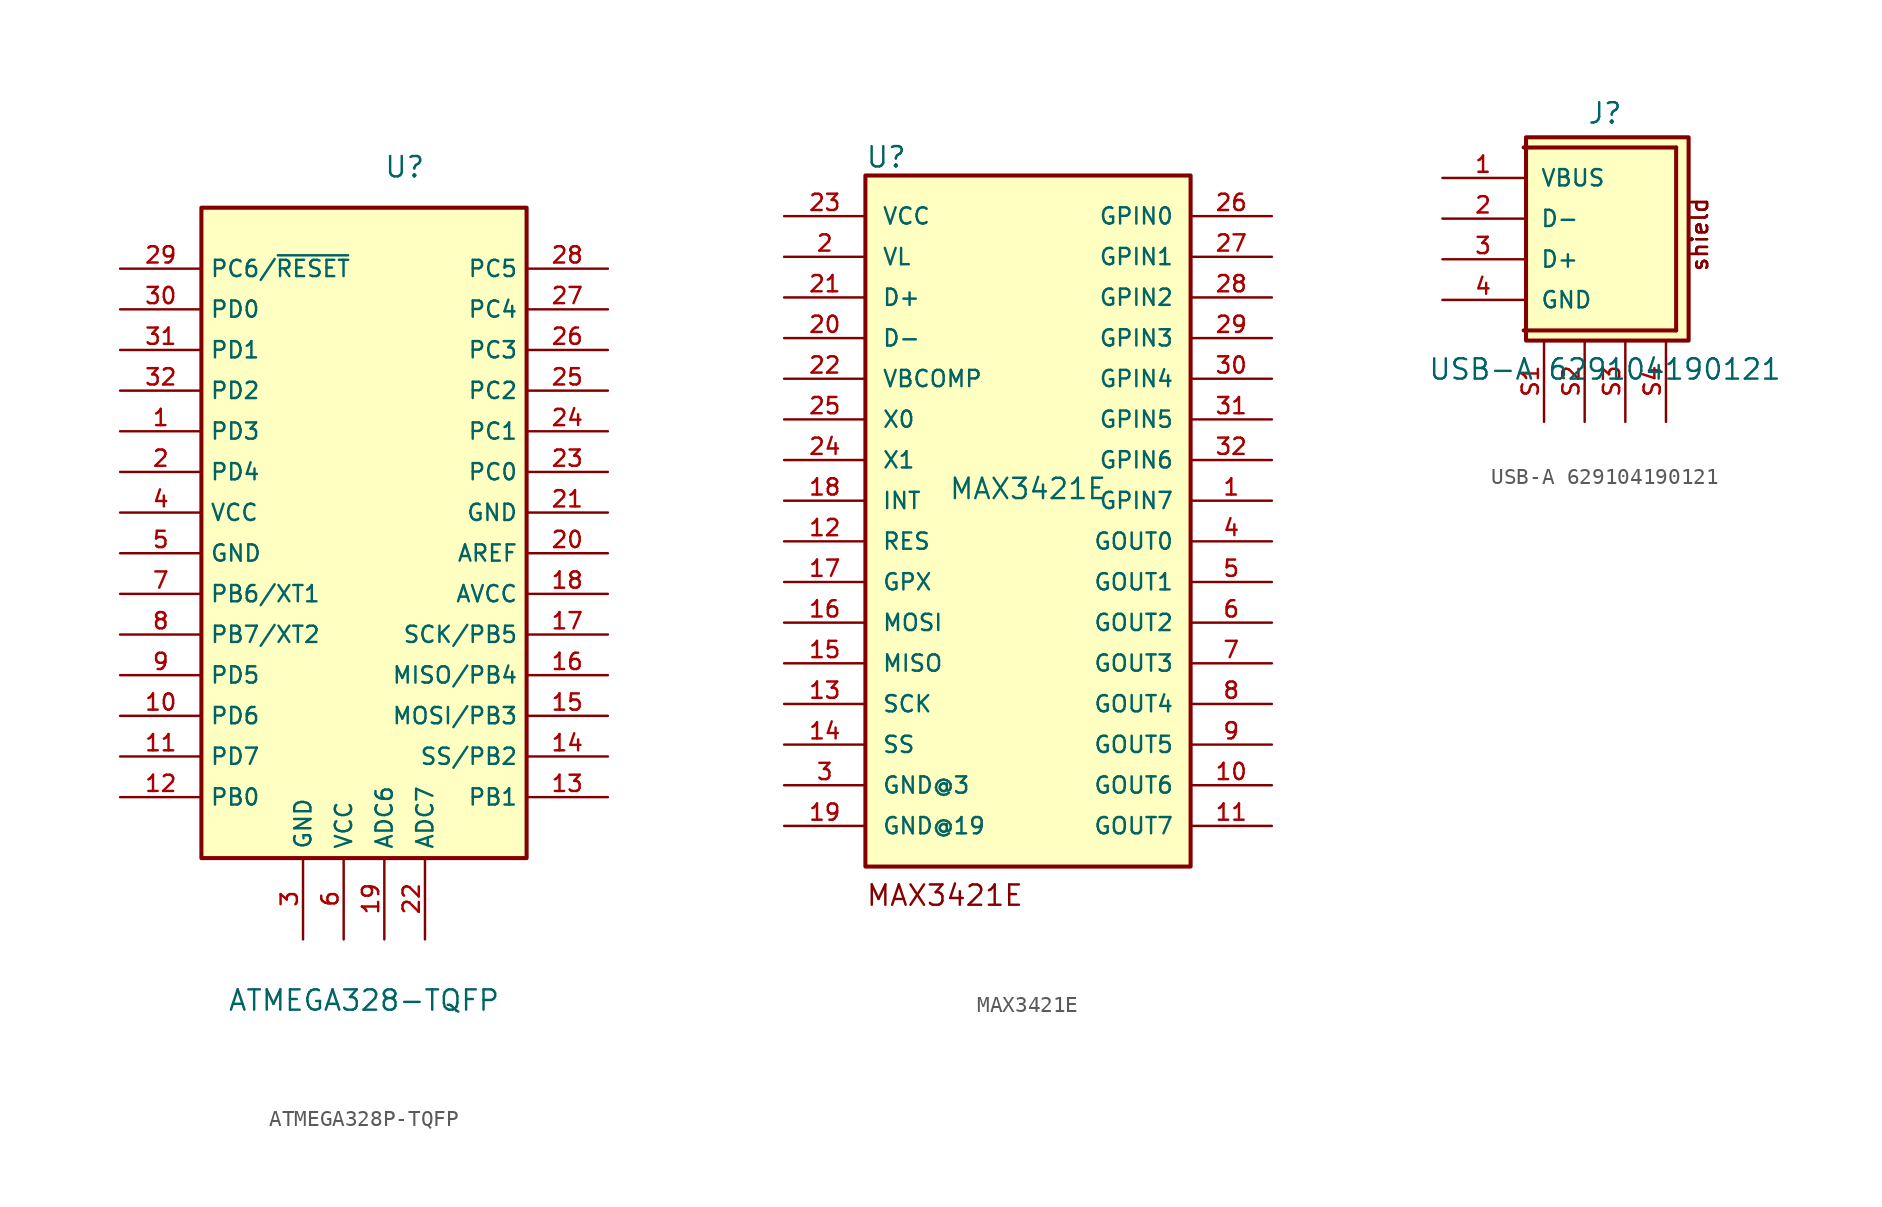
<source format=kicad_sym>
(kicad_symbol_lib
  (version 20220914)
  (generator kicad_symbol_editor)
  (symbol "ATMEGA328P-TQFP"
    (property "Reference" "U"
      (at 2.54 22.86 0)
      (effects (font (size 1.27 1.27))))
    (property "Value" "ATMEGA328-TQFP"
      (at 0 -29.21 0)
      (effects (font (size 1.27 1.27))))
    (symbol "ATMEGA328P-TQFP_0_0"
      (rectangle (start -10.16 20.32) (end 10.16 -20.32) (stroke (width 0.254) (type default)) (fill (type background)))
      (pin bidirectional line (at 15.24 3.81 180) (length 5.08) (name "PC0" (effects (font (size 1.016 1.016)))) (number "23" (effects (font (size 1.016 1.016)))))
      (pin bidirectional line (at 15.24 6.35 180) (length 5.08) (name "PC1" (effects (font (size 1.016 1.016)))) (number "24" (effects (font (size 1.016 1.016)))))
      (pin bidirectional line (at 15.24 8.89 180) (length 5.08) (name "PC2" (effects (font (size 1.016 1.016)))) (number "25" (effects (font (size 1.016 1.016)))))
      (pin bidirectional line (at 15.24 11.43 180) (length 5.08) (name "PC3" (effects (font (size 1.016 1.016)))) (number "26" (effects (font (size 1.016 1.016)))))
      (pin bidirectional line (at 15.24 13.97 180) (length 5.08) (name "PC4" (effects (font (size 1.016 1.016)))) (number "27" (effects (font (size 1.016 1.016)))))
      (pin bidirectional line (at 15.24 16.51 180) (length 5.08) (name "PC5" (effects (font (size 1.016 1.016)))) (number "28" (effects (font (size 1.016 1.016))))))
    (symbol "ATMEGA328P-TQFP_1_0"
      (pin bidirectional line (at -15.24 6.35 0) (length 5.08) (name "PD3" (effects (font (size 1.016 1.016)))) (number "1" (effects (font (size 1.016 1.016)))))
      (pin bidirectional line (at -15.24 -11.43 0) (length 5.08) (name "PD6" (effects (font (size 1.016 1.016)))) (number "10" (effects (font (size 1.016 1.016)))))
      (pin bidirectional line (at -15.24 -13.97 0) (length 5.08) (name "PD7" (effects (font (size 1.016 1.016)))) (number "11" (effects (font (size 1.016 1.016)))))
      (pin bidirectional line (at -15.24 -16.51 0) (length 5.08) (name "PB0" (effects (font (size 1.016 1.016)))) (number "12" (effects (font (size 1.016 1.016)))))
      (pin bidirectional line (at 15.24 -16.51 180) (length 5.08) (name "PB1" (effects (font (size 1.016 1.016)))) (number "13" (effects (font (size 1.016 1.016)))))
      (pin bidirectional line (at 15.24 -13.97 180) (length 5.08) (name "SS/PB2" (effects (font (size 1.016 1.016)))) (number "14" (effects (font (size 1.016 1.016)))))
      (pin bidirectional line (at 15.24 -11.43 180) (length 5.08) (name "MOSI/PB3" (effects (font (size 1.016 1.016)))) (number "15" (effects (font (size 1.016 1.016)))))
      (pin bidirectional line (at 15.24 -8.89 180) (length 5.08) (name "MISO/PB4" (effects (font (size 1.016 1.016)))) (number "16" (effects (font (size 1.016 1.016)))))
      (pin bidirectional line (at 15.24 -6.35 180) (length 5.08) (name "SCK/PB5" (effects (font (size 1.016 1.016)))) (number "17" (effects (font (size 1.016 1.016)))))
      (pin power_in line (at 15.24 -3.81 180) (length 5.08) (name "AVCC" (effects (font (size 1.016 1.016)))) (number "18" (effects (font (size 1.016 1.016)))))
      (pin power_in line (at 1.27 -25.4 90) (length 5.08) (name "ADC6" (effects (font (size 1.016 1.016)))) (number "19" (effects (font (size 1.016 1.016)))))
      (pin bidirectional line (at -15.24 3.81 0) (length 5.08) (name "PD4" (effects (font (size 1.016 1.016)))) (number "2" (effects (font (size 1.016 1.016)))))
      (pin input line (at 15.24 -1.27 180) (length 5.08) (name "AREF" (effects (font (size 1.016 1.016)))) (number "20" (effects (font (size 1.016 1.016)))))
      (pin power_in line (at 15.24 1.27 180) (length 5.08) (name "GND" (effects (font (size 1.016 1.016)))) (number "21" (effects (font (size 1.016 1.016)))))
      (pin power_in line (at 3.81 -25.4 90) (length 5.08) (name "ADC7" (effects (font (size 1.016 1.016)))) (number "22" (effects (font (size 1.016 1.016)))))
      (pin bidirectional line (at -15.24 16.51 0) (length 5.08) (name "PC6/~{RESET}" (effects (font (size 1.016 1.016)))) (number "29" (effects (font (size 1.016 1.016)))))
      (pin power_in line (at -3.81 -25.4 90) (length 5.08) (name "GND" (effects (font (size 1.016 1.016)))) (number "3" (effects (font (size 1.016 1.016)))))
      (pin bidirectional line (at -15.24 13.97 0) (length 5.08) (name "PD0" (effects (font (size 1.016 1.016)))) (number "30" (effects (font (size 1.016 1.016)))))
      (pin bidirectional line (at -15.24 11.43 0) (length 5.08) (name "PD1" (effects (font (size 1.016 1.016)))) (number "31" (effects (font (size 1.016 1.016)))))
      (pin bidirectional line (at -15.24 8.89 0) (length 5.08) (name "PD2" (effects (font (size 1.016 1.016)))) (number "32" (effects (font (size 1.016 1.016)))))
      (pin power_in line (at -15.24 1.27 0) (length 5.08) (name "VCC" (effects (font (size 1.016 1.016)))) (number "4" (effects (font (size 1.016 1.016)))))
      (pin power_in line (at -15.24 -1.27 0) (length 5.08) (name "GND" (effects (font (size 1.016 1.016)))) (number "5" (effects (font (size 1.016 1.016)))))
      (pin power_in line (at -1.27 -25.4 90) (length 5.08) (name "VCC" (effects (font (size 1.016 1.016)))) (number "6" (effects (font (size 1.016 1.016)))))
      (pin bidirectional line (at -15.24 -3.81 0) (length 5.08) (name "PB6/XT1" (effects (font (size 1.016 1.016)))) (number "7" (effects (font (size 1.016 1.016)))))
      (pin bidirectional line (at -15.24 -6.35 0) (length 5.08) (name "PB7/XT2" (effects (font (size 1.016 1.016)))) (number "8" (effects (font (size 1.016 1.016)))))
      (pin bidirectional line (at -15.24 -8.89 0) (length 5.08) (name "PD5" (effects (font (size 1.016 1.016)))) (number "9" (effects (font (size 1.016 1.016)))))))
  (symbol "MAX3421E"
    (pin_names
      (offset 1.016))
    (property "Reference" "U"
      (at -10.171 20.723 0)
      (effects (font (size 1.27 1.27)) (justify left bottom)))
    (property "Value" "MAX3421E"
      (at 0 0 0)
      (effects (font (size 1.27 1.27)) (justify bottom)))
    (symbol "MAX3421E_0_0"
      (rectangle (start -10.16 -22.86) (end 10.16 20.32) (stroke (width 0.254) (type default)) (fill (type background)))
      (text "MAX3421E" (at -10.164 -25.41 0) (effects (font (size 1.27 1.27)) (justify left bottom)))
      (pin bidirectional line (at 15.24 0 180) (length 5.08) (name "GPIN7" (effects (font (size 1.016 1.016)))) (number "1" (effects (font (size 1.016 1.016)))))
      (pin bidirectional line (at 15.24 -17.78 180) (length 5.08) (name "GOUT6" (effects (font (size 1.016 1.016)))) (number "10" (effects (font (size 1.016 1.016)))))
      (pin bidirectional line (at 15.24 -20.32 180) (length 5.08) (name "GOUT7" (effects (font (size 1.016 1.016)))) (number "11" (effects (font (size 1.016 1.016)))))
      (pin bidirectional line (at -15.24 -2.54 0) (length 5.08) (name "RES" (effects (font (size 1.016 1.016)))) (number "12" (effects (font (size 1.016 1.016)))))
      (pin bidirectional line (at -15.24 -12.7 0) (length 5.08) (name "SCK" (effects (font (size 1.016 1.016)))) (number "13" (effects (font (size 1.016 1.016)))))
      (pin bidirectional line (at -15.24 -15.24 0) (length 5.08) (name "SS" (effects (font (size 1.016 1.016)))) (number "14" (effects (font (size 1.016 1.016)))))
      (pin bidirectional line (at -15.24 -10.16 0) (length 5.08) (name "MISO" (effects (font (size 1.016 1.016)))) (number "15" (effects (font (size 1.016 1.016)))))
      (pin bidirectional line (at -15.24 -7.62 0) (length 5.08) (name "MOSI" (effects (font (size 1.016 1.016)))) (number "16" (effects (font (size 1.016 1.016)))))
      (pin bidirectional line (at -15.24 -5.08 0) (length 5.08) (name "GPX" (effects (font (size 1.016 1.016)))) (number "17" (effects (font (size 1.016 1.016)))))
      (pin bidirectional line (at -15.24 0 0) (length 5.08) (name "INT" (effects (font (size 1.016 1.016)))) (number "18" (effects (font (size 1.016 1.016)))))
      (pin bidirectional line (at -15.24 -20.32 0) (length 5.08) (name "GND@19" (effects (font (size 1.016 1.016)))) (number "19" (effects (font (size 1.016 1.016)))))
      (pin bidirectional line (at -15.24 15.24 0) (length 5.08) (name "VL" (effects (font (size 1.016 1.016)))) (number "2" (effects (font (size 1.016 1.016)))))
      (pin bidirectional line (at -15.24 10.16 0) (length 5.08) (name "D-" (effects (font (size 1.016 1.016)))) (number "20" (effects (font (size 1.016 1.016)))))
      (pin bidirectional line (at -15.24 12.7 0) (length 5.08) (name "D+" (effects (font (size 1.016 1.016)))) (number "21" (effects (font (size 1.016 1.016)))))
      (pin bidirectional line (at -15.24 7.62 0) (length 5.08) (name "VBCOMP" (effects (font (size 1.016 1.016)))) (number "22" (effects (font (size 1.016 1.016)))))
      (pin bidirectional line (at -15.24 17.78 0) (length 5.08) (name "VCC" (effects (font (size 1.016 1.016)))) (number "23" (effects (font (size 1.016 1.016)))))
      (pin bidirectional line (at -15.24 2.54 0) (length 5.08) (name "X1" (effects (font (size 1.016 1.016)))) (number "24" (effects (font (size 1.016 1.016)))))
      (pin bidirectional line (at -15.24 5.08 0) (length 5.08) (name "X0" (effects (font (size 1.016 1.016)))) (number "25" (effects (font (size 1.016 1.016)))))
      (pin bidirectional line (at 15.24 17.78 180) (length 5.08) (name "GPIN0" (effects (font (size 1.016 1.016)))) (number "26" (effects (font (size 1.016 1.016)))))
      (pin bidirectional line (at 15.24 15.24 180) (length 5.08) (name "GPIN1" (effects (font (size 1.016 1.016)))) (number "27" (effects (font (size 1.016 1.016)))))
      (pin bidirectional line (at 15.24 12.7 180) (length 5.08) (name "GPIN2" (effects (font (size 1.016 1.016)))) (number "28" (effects (font (size 1.016 1.016)))))
      (pin bidirectional line (at 15.24 10.16 180) (length 5.08) (name "GPIN3" (effects (font (size 1.016 1.016)))) (number "29" (effects (font (size 1.016 1.016)))))
      (pin bidirectional line (at -15.24 -17.78 0) (length 5.08) (name "GND@3" (effects (font (size 1.016 1.016)))) (number "3" (effects (font (size 1.016 1.016)))))
      (pin bidirectional line (at 15.24 7.62 180) (length 5.08) (name "GPIN4" (effects (font (size 1.016 1.016)))) (number "30" (effects (font (size 1.016 1.016)))))
      (pin bidirectional line (at 15.24 5.08 180) (length 5.08) (name "GPIN5" (effects (font (size 1.016 1.016)))) (number "31" (effects (font (size 1.016 1.016)))))
      (pin bidirectional line (at 15.24 2.54 180) (length 5.08) (name "GPIN6" (effects (font (size 1.016 1.016)))) (number "32" (effects (font (size 1.016 1.016)))))
      (pin bidirectional line (at 15.24 -2.54 180) (length 5.08) (name "GOUT0" (effects (font (size 1.016 1.016)))) (number "4" (effects (font (size 1.016 1.016)))))
      (pin bidirectional line (at 15.24 -5.08 180) (length 5.08) (name "GOUT1" (effects (font (size 1.016 1.016)))) (number "5" (effects (font (size 1.016 1.016)))))
      (pin bidirectional line (at 15.24 -7.62 180) (length 5.08) (name "GOUT2" (effects (font (size 1.016 1.016)))) (number "6" (effects (font (size 1.016 1.016)))))
      (pin bidirectional line (at 15.24 -10.16 180) (length 5.08) (name "GOUT3" (effects (font (size 1.016 1.016)))) (number "7" (effects (font (size 1.016 1.016)))))
      (pin bidirectional line (at 15.24 -12.7 180) (length 5.08) (name "GOUT4" (effects (font (size 1.016 1.016)))) (number "8" (effects (font (size 1.016 1.016)))))
      (pin bidirectional line (at 15.24 -15.24 180) (length 5.08) (name "GOUT5" (effects (font (size 1.016 1.016)))) (number "9" (effects (font (size 1.016 1.016)))))))
  (symbol "USB-A 629104190121"
    (pin_names
      (offset 1.016))
    (property "Reference" "J"
      (at 0 5.842 0)
      (effects (font (size 1.27 1.27)) (justify bottom)))
    (property "Value" "USB-A 629104190121"
      (at 0 -10.16 0)
      (effects (font (size 1.27 1.27)) (justify bottom)))
    (symbol "USB-A 629104190121_0_0"
      (rectangle (start -4.935 -7.62) (end 5.225 5.08) (stroke (width 0.254) (type default)) (fill (type background)))
      (polyline (pts (xy -5.08 4.445) (xy 4.445 4.445)) (stroke (width 0.254) (type default)) (fill (type none)))
      (polyline (pts (xy 4.445 -6.985) (xy -5.08 -6.985)) (stroke (width 0.254) (type default)) (fill (type none)))
      (polyline (pts (xy 4.445 4.445) (xy 4.445 -6.985)) (stroke (width 0.254) (type default)) (fill (type none)))
      (text "shield" (at 6.51 -3.37 900) (effects (font (size 1.016 1.016)) (justify left bottom)))
      (text "shield" (at 6.51 -3.37 900) (effects (font (size 1.016 1.016)) (justify left bottom)))
      (pin passive line (at -10.16 2.54 0) (length 5.08) (name "VBUS" (effects (font (size 1.016 1.016)))) (number "1" (effects (font (size 1.016 1.016)))))
      (pin passive line (at -10.16 0 0) (length 5.08) (name "D-" (effects (font (size 1.016 1.016)))) (number "2" (effects (font (size 1.016 1.016)))))
      (pin passive line (at -10.16 -2.54 0) (length 5.08) (name "D+" (effects (font (size 1.016 1.016)))) (number "3" (effects (font (size 1.016 1.016)))))
      (pin passive line (at -10.16 -5.08 0) (length 5.08) (name "GND" (effects (font (size 1.016 1.016)))) (number "4" (effects (font (size 1.016 1.016)))))
      (pin passive line (at -3.81 -12.7 90) (length 5.08) (name "~" (effects (font (size 1.016 1.016)))) (number "S1" (effects (font (size 1.016 1.016)))))
      (pin passive line (at -1.27 -12.7 90) (length 5.08) (name "~" (effects (font (size 1.016 1.016)))) (number "S2" (effects (font (size 1.016 1.016)))))
      (pin passive line (at 1.27 -12.7 90) (length 5.08) (name "~" (effects (font (size 1.016 1.016)))) (number "S3" (effects (font (size 1.016 1.016)))))
      (pin passive line (at 3.81 -12.7 90) (length 5.08) (name "~" (effects (font (size 1.016 1.016)))) (number "S4" (effects (font (size 1.016 1.016))))))))
</source>
